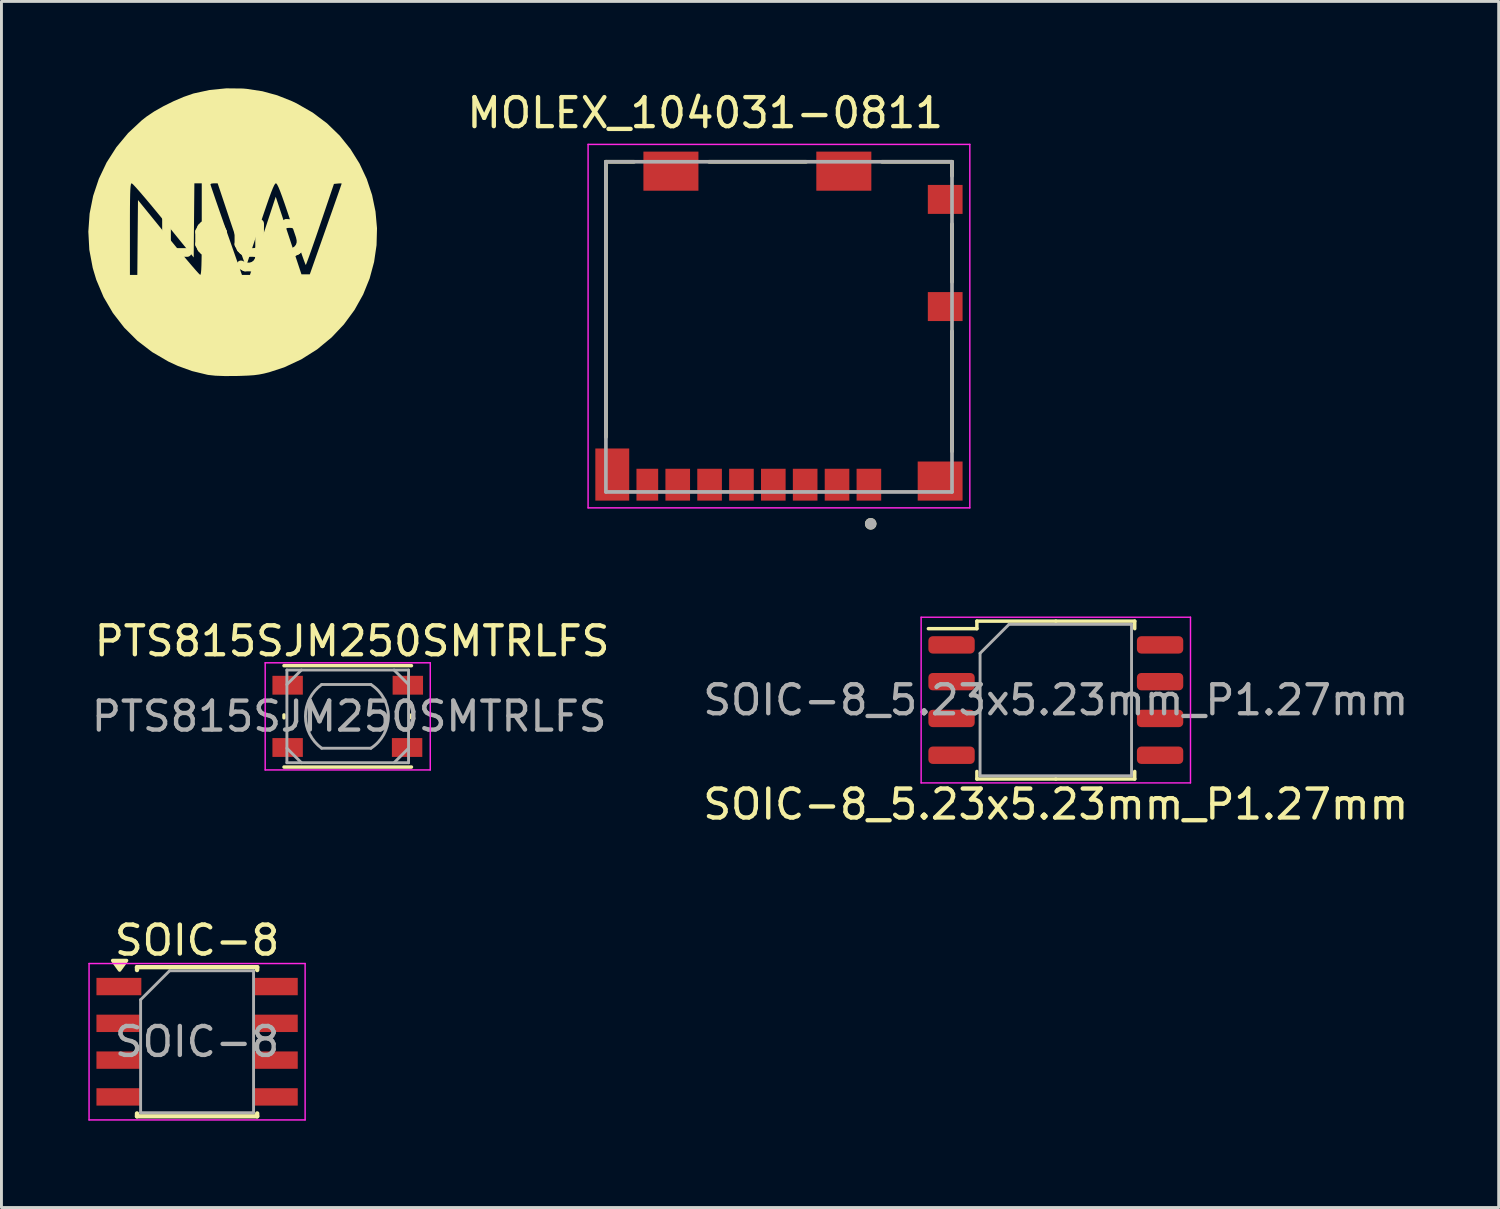
<source format=kicad_pcb>
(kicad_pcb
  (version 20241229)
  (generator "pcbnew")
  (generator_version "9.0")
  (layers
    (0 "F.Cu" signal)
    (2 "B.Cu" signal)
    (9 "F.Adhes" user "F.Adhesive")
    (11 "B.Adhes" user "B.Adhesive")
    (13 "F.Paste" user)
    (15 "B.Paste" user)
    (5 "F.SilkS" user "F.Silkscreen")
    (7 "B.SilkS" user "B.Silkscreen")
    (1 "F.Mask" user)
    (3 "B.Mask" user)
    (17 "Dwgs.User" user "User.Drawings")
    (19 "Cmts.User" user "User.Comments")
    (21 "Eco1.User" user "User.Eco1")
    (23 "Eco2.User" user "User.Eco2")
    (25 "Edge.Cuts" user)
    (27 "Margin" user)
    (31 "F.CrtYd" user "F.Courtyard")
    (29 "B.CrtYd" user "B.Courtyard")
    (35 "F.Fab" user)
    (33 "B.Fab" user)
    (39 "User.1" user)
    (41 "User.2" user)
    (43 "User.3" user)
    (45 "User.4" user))
  (footprint "SOIC-8_5.23x5.23mm_P1.27mm"
    (layer "F.Cu")
    (at 33.404 21.121)
    (property "Reference" "SOIC-8_5.23x5.23mm_P1.27mm" (at 0 3.6 0) (unlocked yes) (layer "F.SilkS") (effects (font (size 1 1) (thickness 0.15))))
    (attr smd)
    (fp_line (start -2.725 -2.725) (end -2.725 -2.465) (stroke (width 0.12) (type solid)) (layer "F.SilkS"))
    (fp_line (start -2.725 -2.465) (end -4.4 -2.465) (stroke (width 0.12) (type solid)) (layer "F.SilkS"))
    (fp_line (start -2.725 2.725) (end -2.725 2.465) (stroke (width 0.12) (type solid)) (layer "F.SilkS"))
    (fp_line (start 0 -2.725) (end -2.725 -2.725) (stroke (width 0.12) (type solid)) (layer "F.SilkS"))
    (fp_line (start 0 -2.725) (end 2.725 -2.725) (stroke (width 0.12) (type solid)) (layer "F.SilkS"))
    (fp_line (start 0 2.725) (end -2.725 2.725) (stroke (width 0.12) (type solid)) (layer "F.SilkS"))
    (fp_line (start 0 2.725) (end 2.725 2.725) (stroke (width 0.12) (type solid)) (layer "F.SilkS"))
    (fp_line (start 2.725 -2.725) (end 2.725 -2.465) (stroke (width 0.12) (type solid)) (layer "F.SilkS"))
    (fp_line (start 2.725 2.725) (end 2.725 2.465) (stroke (width 0.12) (type solid)) (layer "F.SilkS"))
    (fp_line (start -4.65 -2.86) (end -4.65 2.86) (stroke (width 0.05) (type solid)) (layer "F.CrtYd"))
    (fp_line (start -4.65 2.86) (end 4.65 2.86) (stroke (width 0.05) (type solid)) (layer "F.CrtYd"))
    (fp_line (start 4.65 -2.86) (end -4.65 -2.86) (stroke (width 0.05) (type solid)) (layer "F.CrtYd"))
    (fp_line (start 4.65 2.86) (end 4.65 -2.86) (stroke (width 0.05) (type solid)) (layer "F.CrtYd"))
    (fp_line (start -2.615 -1.615) (end -1.615 -2.615) (stroke (width 0.1) (type solid)) (layer "F.Fab"))
    (fp_line (start -2.615 2.615) (end -2.615 -1.615) (stroke (width 0.1) (type solid)) (layer "F.Fab"))
    (fp_line (start -1.615 -2.615) (end 2.615 -2.615) (stroke (width 0.1) (type solid)) (layer "F.Fab"))
    (fp_line (start 2.615 -2.615) (end 2.615 2.615) (stroke (width 0.1) (type solid)) (layer "F.Fab"))
    (fp_line (start 2.615 2.615) (end -2.615 2.615) (stroke (width 0.1) (type solid)) (layer "F.Fab"))
    (fp_text user "${REFERENCE}" (at 0 0 0) (unlocked yes) (layer "F.Fab") (effects (font (size 1 1) (thickness 0.15))))
    (pad "1" smd roundrect (at -3.6 -1.905) (size 1.6 0.6) (layers "F.Cu" "F.Mask" "F.Paste") (roundrect_rratio 0.25))
    (pad "2" smd roundrect (at -3.6 -0.635) (size 1.6 0.6) (layers "F.Cu" "F.Mask" "F.Paste") (roundrect_rratio 0.25))
    (pad "3" smd roundrect (at -3.6 0.635) (size 1.6 0.6) (layers "F.Cu" "F.Mask" "F.Paste") (roundrect_rratio 0.25))
    (pad "4" smd roundrect (at -3.6 1.905) (size 1.6 0.6) (layers "F.Cu" "F.Mask" "F.Paste") (roundrect_rratio 0.25))
    (pad "5" smd roundrect (at 3.6 1.905) (size 1.6 0.6) (layers "F.Cu" "F.Mask" "F.Paste") (roundrect_rratio 0.25))
    (pad "6" smd roundrect (at 3.6 0.635) (size 1.6 0.6) (layers "F.Cu" "F.Mask" "F.Paste") (roundrect_rratio 0.25))
    (pad "7" smd roundrect (at 3.6 -0.635) (size 1.6 0.6) (layers "F.Cu" "F.Mask" "F.Paste") (roundrect_rratio 0.25))
    (pad "8" smd roundrect (at 3.6 -1.905) (size 1.6 0.6) (layers "F.Cu" "F.Mask" "F.Paste") (roundrect_rratio 0.25)))
  (footprint "MOLEX_104031-0811"
    (layer "F.Cu")
    (at 23.845 8.235)
    (property "Reference" "MOLEX_104031-0811" (at -2.545 -7.386 0) (layer "F.SilkS") (effects (font (size 1.002 1.002) (thickness 0.15))))
    (attr smd)
    (fp_line (start -5.975 -5.7) (end -5.975 3.806) (stroke (width 0.127) (type solid)) (layer "F.SilkS"))
    (fp_line (start -5.003 -5.7) (end -5.975 -5.7) (stroke (width 0.127) (type solid)) (layer "F.SilkS"))
    (fp_line (start 0.939 -5.7) (end -2.413 -5.7) (stroke (width 0.127) (type solid)) (layer "F.SilkS"))
    (fp_line (start 3.556 -5.7) (end 5.975 -5.7) (stroke (width 0.127) (type solid)) (layer "F.SilkS"))
    (fp_line (start 5.975 -5.7) (end 5.975 -5.211) (stroke (width 0.127) (type solid)) (layer "F.SilkS"))
    (fp_line (start 5.975 -3.55) (end 5.975 -1.55) (stroke (width 0.127) (type solid)) (layer "F.SilkS"))
    (fp_line (start 5.975 0.15) (end 5.975 4.3) (stroke (width 0.127) (type solid)) (layer "F.SilkS"))
    (fp_circle (center 3.168 6.801) (end 3.268 6.801) (stroke (width 0.2) (type solid)) (fill no) (layer "F.SilkS"))
    (fp_line (start -6.59 -6.3) (end -6.59 6.25) (stroke (width 0.05) (type solid)) (layer "F.CrtYd"))
    (fp_line (start -6.59 6.25) (end 6.59 6.25) (stroke (width 0.05) (type solid)) (layer "F.CrtYd"))
    (fp_line (start 6.59 -6.3) (end -6.59 -6.3) (stroke (width 0.05) (type solid)) (layer "F.CrtYd"))
    (fp_line (start 6.59 6.25) (end 6.59 -6.3) (stroke (width 0.05) (type solid)) (layer "F.CrtYd"))
    (fp_line (start -5.975 -5.7) (end 5.975 -5.7) (stroke (width 0.127) (type solid)) (layer "F.Fab"))
    (fp_line (start -5.975 5.7) (end -5.975 -5.7) (stroke (width 0.127) (type solid)) (layer "F.Fab"))
    (fp_line (start 5.975 -5.7) (end 5.975 5.7) (stroke (width 0.127) (type solid)) (layer "F.Fab"))
    (fp_line (start 5.975 5.7) (end -5.975 5.7) (stroke (width 0.127) (type solid)) (layer "F.Fab"))
    (fp_circle (center 3.168 6.801) (end 3.268 6.801) (stroke (width 0.2) (type solid)) (fill no) (layer "F.Fab"))
    (pad "1" smd rect (at 3.105 5.45) (size 0.85 1.1) (layers "F.Cu" "F.Mask" "F.Paste"))
    (pad "2" smd rect (at 2.005 5.45) (size 0.85 1.1) (layers "F.Cu" "F.Mask" "F.Paste"))
    (pad "3" smd rect (at 0.905 5.45) (size 0.85 1.1) (layers "F.Cu" "F.Mask" "F.Paste"))
    (pad "4" smd rect (at -0.195 5.45) (size 0.85 1.1) (layers "F.Cu" "F.Mask" "F.Paste"))
    (pad "5" smd rect (at -1.295 5.45) (size 0.85 1.1) (layers "F.Cu" "F.Mask" "F.Paste"))
    (pad "6" smd rect (at -2.395 5.45) (size 0.85 1.1) (layers "F.Cu" "F.Mask" "F.Paste"))
    (pad "7" smd rect (at -3.495 5.45) (size 0.85 1.1) (layers "F.Cu" "F.Mask" "F.Paste"))
    (pad "8" smd rect (at -4.545 5.45) (size 0.75 1.1) (layers "F.Cu" "F.Mask" "F.Paste"))
    (pad "9" smd rect (at 5.74 -0.7) (size 1.2 1) (layers "F.Cu" "F.Mask" "F.Paste"))
    (pad "10" smd rect (at 5.74 -4.4) (size 1.2 1) (layers "F.Cu" "F.Mask" "F.Paste"))
    (pad "11" smd rect (at -5.755 5.1) (size 1.17 1.8) (layers "F.Cu" "F.Mask" "F.Paste"))
    (pad "11" smd rect (at -3.73 -5.375) (size 1.9 1.35) (layers "F.Cu" "F.Mask" "F.Paste"))
    (pad "11" smd rect (at 2.24 -5.375) (size 1.9 1.35) (layers "F.Cu" "F.Mask" "F.Paste"))
    (pad "11" smd rect (at 5.565 5.325) (size 1.55 1.35) (layers "F.Cu" "F.Mask" "F.Paste")))
  (footprint "Logo"
    (layer "F.Cu")
    (at 4.985 4.989)
    (property "Reference" "Logo" (at 0 0 0) (layer "F.SilkS") (effects (font (size 1.5 1.5) (thickness 0.3))))
    (attr board_only exclude_from_pos_files exclude_from_bom)
    (fp_poly (pts (xy 0.349 -4.983) (xy 0.481 -4.971) (xy 1.024 -4.889) (xy 1.536 -4.749) (xy 2.048 -4.545) (xy 2.202 -4.472) (xy 2.759 -4.153) (xy 3.256 -3.78) (xy 3.693 -3.357) (xy 4.067 -2.891) (xy 4.379 -2.39) (xy 4.628 -1.859) (xy 4.812 -1.306) (xy 4.93 -0.736) (xy 4.982 -0.156) (xy 4.966 0.427) (xy 4.881 1.007) (xy 4.727 1.577) (xy 4.503 2.131) (xy 4.206 2.662) (xy 3.838 3.163) (xy 3.418 3.608) (xy 2.915 4.024) (xy 2.366 4.37) (xy 1.778 4.644) (xy 1.261 4.813) (xy 1.078 4.859) (xy 0.91 4.892) (xy 0.735 4.915) (xy 0.531 4.929) (xy 0.274 4.939) (xy 0.128 4.943) (xy -0.275 4.945) (xy -0.597 4.933) (xy -0.839 4.907) (xy -0.877 4.9) (xy -1.403 4.773) (xy -1.895 4.595) (xy -2.218 4.446) (xy -2.783 4.116) (xy -3.295 3.723) (xy -3.747 3.272) (xy -4.137 2.768) (xy -4.459 2.217) (xy -4.71 1.623) (xy -4.833 1.214) (xy -4.951 0.587) (xy -4.985 -0.041) (xy -4.979 -0.128) (xy -3.549 -0.128) (xy -3.549 1.454) (xy -3.422 1.454) (xy -3.294 1.454) (xy -3.283 0.161) (xy -3.271 -1.132) (xy -2.224 0.158) (xy -1.99 0.444) (xy -1.772 0.708) (xy -1.575 0.943) (xy -1.406 1.142) (xy -1.271 1.297) (xy -1.176 1.402) (xy -1.127 1.449) (xy -1.122 1.451) (xy -1.108 1.434) (xy -1.096 1.378) (xy -1.087 1.276) (xy -1.08 1.12) (xy -1.075 0.906) (xy -1.071 0.625) (xy -1.07 0.271) (xy -1.069 -0.128) (xy -1.069 -1.678) (xy -0.77 -1.678) (xy -0.757 -1.632) (xy -0.718 -1.514) (xy -0.656 -1.334) (xy -0.576 -1.099) (xy -0.479 -0.82) (xy -0.369 -0.505) (xy -0.249 -0.163) (xy -0.226 -0.096) (xy 0.319 1.454) (xy 0.457 1.454) (xy 0.595 1.454) (xy 1.04 0.104) (xy 1.485 -1.246) (xy 1.929 0.093) (xy 2.373 1.432) (xy 2.517 1.432) (xy 2.662 1.432) (xy 3.212 -0.128) (xy 3.334 -0.475) (xy 3.447 -0.795) (xy 3.547 -1.081) (xy 3.632 -1.323) (xy 3.698 -1.513) (xy 3.742 -1.641) (xy 3.762 -1.7) (xy 3.763 -1.702) (xy 3.726 -1.708) (xy 3.636 -1.703) (xy 3.629 -1.702) (xy 3.495 -1.689) (xy 3.02 -0.289) (xy 2.908 0.039) (xy 2.804 0.339) (xy 2.712 0.603) (xy 2.634 0.822) (xy 2.574 0.985) (xy 2.536 1.084) (xy 2.522 1.111) (xy 2.504 1.072) (xy 2.462 0.961) (xy 2.4 0.788) (xy 2.321 0.56) (xy 2.229 0.288) (xy 2.125 -0.018) (xy 2.031 -0.299) (xy 1.9 -0.692) (xy 1.792 -1.009) (xy 1.704 -1.258) (xy 1.634 -1.445) (xy 1.58 -1.577) (xy 1.538 -1.661) (xy 1.507 -1.703) (xy 1.49 -1.71) (xy 1.465 -1.694) (xy 1.431 -1.64) (xy 1.386 -1.543) (xy 1.327 -1.396) (xy 1.252 -1.191) (xy 1.159 -0.923) (xy 1.044 -0.586) (xy 0.938 -0.271) (xy 0.458 1.169) (xy 0.358 0.895) (xy 0.318 0.782) (xy 0.256 0.601) (xy 0.176 0.366) (xy 0.083 0.091) (xy -0.019 -0.211) (xy -0.125 -0.526) (xy -0.131 -0.545) (xy -0.52 -1.71) (xy -0.645 -1.71) (xy -0.734 -1.701) (xy -0.77 -1.678) (xy -1.069 -1.678) (xy -1.069 -1.71) (xy -1.197 -1.71) (xy -1.324 -1.71) (xy -1.336 -0.43) (xy -1.347 0.85) (xy -2.386 -0.43) (xy -2.619 -0.715) (xy -2.837 -0.978) (xy -3.034 -1.212) (xy -3.203 -1.409) (xy -3.338 -1.562) (xy -3.434 -1.665) (xy -3.484 -1.709) (xy -3.487 -1.71) (xy -3.504 -1.7) (xy -3.517 -1.665) (xy -3.527 -1.597) (xy -3.535 -1.488) (xy -3.541 -1.331) (xy -3.545 -1.118) (xy -3.548 -0.841) (xy -3.549 -0.493) (xy -3.549 -0.128) (xy -4.979 -0.128) (xy -4.941 -0.665) (xy -4.819 -1.275) (xy -4.622 -1.866) (xy -4.354 -2.429) (xy -4.016 -2.958) (xy -3.612 -3.444) (xy -3.144 -3.881) (xy -2.972 -4.016) (xy -2.708 -4.193) (xy -2.388 -4.374) (xy -2.041 -4.545) (xy -1.695 -4.693) (xy -1.377 -4.804) (xy -1.347 -4.813) (xy -0.8 -4.932) (xy -0.223 -4.989)) (stroke (width 0) (type solid)) (fill yes) (layer "F.SilkS")))
  (footprint "SOIC-8"
    (layer "F.Cu")
    (at 3.755 32.918)
    (property "Reference" "SOIC-8" (at 0 -3.5 0) (layer "F.SilkS") (effects (font (size 1 1) (thickness 0.15))))
    (attr smd)
    (fp_line (start -2.075 -2.575) (end -2.075 -2.475) (stroke (width 0.15) (type solid)) (layer "F.SilkS"))
    (fp_line (start -2.075 -2.575) (end 2.075 -2.575) (stroke (width 0.15) (type solid)) (layer "F.SilkS"))
    (fp_line (start -2.075 2.475) (end -2.075 2.575) (stroke (width 0.15) (type solid)) (layer "F.SilkS"))
    (fp_line (start -2.075 2.575) (end 2.075 2.575) (stroke (width 0.15) (type solid)) (layer "F.SilkS"))
    (fp_line (start 2.075 -2.575) (end 2.075 -2.475) (stroke (width 0.15) (type solid)) (layer "F.SilkS"))
    (fp_line (start 2.075 2.575) (end 2.075 2.475) (stroke (width 0.15) (type solid)) (layer "F.SilkS"))
    (fp_poly (pts (xy -2.675 -2.475) (xy -2.915 -2.805) (xy -2.435 -2.805) (xy -2.675 -2.475)) (stroke (width 0.12) (type solid)) (fill yes) (layer "F.SilkS"))
    (fp_line (start -3.73 -2.7) (end -3.73 2.7) (stroke (width 0.05) (type solid)) (layer "F.CrtYd"))
    (fp_line (start -3.73 -2.7) (end 3.73 -2.7) (stroke (width 0.05) (type solid)) (layer "F.CrtYd"))
    (fp_line (start -3.73 2.7) (end 3.73 2.7) (stroke (width 0.05) (type solid)) (layer "F.CrtYd"))
    (fp_line (start 3.73 -2.7) (end 3.73 2.7) (stroke (width 0.05) (type solid)) (layer "F.CrtYd"))
    (fp_line (start -1.95 -1.45) (end -0.95 -2.45) (stroke (width 0.1) (type solid)) (layer "F.Fab"))
    (fp_line (start -1.95 2.45) (end -1.95 -1.45) (stroke (width 0.1) (type solid)) (layer "F.Fab"))
    (fp_line (start -0.95 -2.45) (end 1.95 -2.45) (stroke (width 0.1) (type solid)) (layer "F.Fab"))
    (fp_line (start 1.95 -2.45) (end 1.95 2.45) (stroke (width 0.1) (type solid)) (layer "F.Fab"))
    (fp_line (start 1.95 2.45) (end -1.95 2.45) (stroke (width 0.1) (type solid)) (layer "F.Fab"))
    (fp_text user "${REFERENCE}" (at 0 0 0) (layer "F.Fab") (effects (font (size 1 1) (thickness 0.15))))
    (pad "1" smd rect (at -2.7 -1.905) (size 1.55 0.6) (layers "F.Cu" "F.Mask" "F.Paste"))
    (pad "2" smd rect (at -2.7 -0.635) (size 1.55 0.6) (layers "F.Cu" "F.Mask" "F.Paste"))
    (pad "3" smd rect (at -2.7 0.635) (size 1.55 0.6) (layers "F.Cu" "F.Mask" "F.Paste"))
    (pad "4" smd rect (at -2.7 1.905) (size 1.55 0.6) (layers "F.Cu" "F.Mask" "F.Paste"))
    (pad "5" smd rect (at 2.7 1.905) (size 1.55 0.6) (layers "F.Cu" "F.Mask" "F.Paste"))
    (pad "6" smd rect (at 2.7 0.635) (size 1.55 0.6) (layers "F.Cu" "F.Mask" "F.Paste"))
    (pad "7" smd rect (at 2.7 -0.635) (size 1.55 0.6) (layers "F.Cu" "F.Mask" "F.Paste"))
    (pad "8" smd rect (at 2.7 -1.905) (size 1.55 0.6) (layers "F.Cu" "F.Mask" "F.Paste")))
  (footprint "PTS815SJM250SMTRLFS"
    (layer "F.Cu")
    (at 8.956 21.684)
    (property "Reference" "PTS815SJM250SMTRLFS" (at 0.15 -2.6 0) (layer "F.SilkS") (effects (font (size 1 1) (thickness 0.15))))
    (attr smd)
    (fp_line (start -2.2 0.05) (end -2.2 -0.05) (stroke (width 0.12) (type solid)) (layer "F.SilkS"))
    (fp_line (start -2.2 1.75) (end 2.2 1.75) (stroke (width 0.12) (type solid)) (layer "F.SilkS"))
    (fp_line (start 2.2 -1.75) (end -2.2 -1.75) (stroke (width 0.12) (type solid)) (layer "F.SilkS"))
    (fp_line (start 2.2 0.05) (end 2.2 -0.05) (stroke (width 0.12) (type solid)) (layer "F.SilkS"))
    (fp_line (start -2.85 -1.85) (end 2.85 -1.85) (stroke (width 0.05) (type solid)) (layer "F.CrtYd"))
    (fp_line (start -2.85 1.85) (end -2.85 -1.85) (stroke (width 0.05) (type solid)) (layer "F.CrtYd"))
    (fp_line (start 2.85 -1.85) (end 2.85 1.85) (stroke (width 0.05) (type solid)) (layer "F.CrtYd"))
    (fp_line (start 2.85 1.85) (end -2.85 1.85) (stroke (width 0.05) (type solid)) (layer "F.CrtYd"))
    (fp_line (start -2.1 -1.6) (end 2.1 -1.6) (stroke (width 0.1) (type solid)) (layer "F.Fab"))
    (fp_line (start -2.1 -1.1) (end -1.6 -1.6) (stroke (width 0.1) (type solid)) (layer "F.Fab"))
    (fp_line (start -2.1 1.1) (end -1.6 1.6) (stroke (width 0.1) (type solid)) (layer "F.Fab"))
    (fp_line (start -2.1 1.6) (end -2.1 -1.6) (stroke (width 0.1) (type solid)) (layer "F.Fab"))
    (fp_line (start -0.9 -1.1) (end 0.8 -1.1) (stroke (width 0.1) (type solid)) (layer "F.Fab"))
    (fp_line (start 0.8 1.1) (end -0.9 1.1) (stroke (width 0.1) (type solid)) (layer "F.Fab"))
    (fp_line (start 1.6 -1.6) (end 2.1 -1.1) (stroke (width 0.1) (type solid)) (layer "F.Fab"))
    (fp_line (start 1.6 1.6) (end 2.1 1.1) (stroke (width 0.1) (type solid)) (layer "F.Fab"))
    (fp_line (start 2.1 -1.6) (end 2.1 1.6) (stroke (width 0.1) (type solid)) (layer "F.Fab"))
    (fp_line (start 2.1 1.6) (end -2.1 1.6) (stroke (width 0.1) (type solid)) (layer "F.Fab"))
    (fp_arc (start -0.9 1.099999) (mid -1.460147 0) (end -0.9 -1.099999) (stroke (width 0.1) (type solid)) (layer "F.Fab"))
    (fp_arc (start 0.8 -1.099999) (mid 1.40384 0) (end 0.799999 1.099999) (stroke (width 0.1) (type solid)) (layer "F.Fab"))
    (fp_text user "${REFERENCE}" (at 0.05 0 0) (layer "F.Fab") (effects (font (size 1 1) (thickness 0.15))))
    (pad "1" smd rect (at -2.075 -1.075) (size 1.05 0.65) (layers "F.Cu" "F.Mask" "F.Paste"))
    (pad "1" smd rect (at 2.075 -1.075) (size 1.05 0.65) (layers "F.Cu" "F.Mask" "F.Paste"))
    (pad "2" smd rect (at -2.075 1.075) (size 1.05 0.65) (layers "F.Cu" "F.Mask" "F.Paste"))
    (pad "2" smd rect (at 2.05 1.075) (size 1.05 0.65) (layers "F.Cu" "F.Mask" "F.Paste")))
  (gr_rect
    (start -3 -3)
    (end 48.695 38.643)
    (stroke (width 0.1) (type default))
    (fill no)
    (layer "Edge.Cuts")))
</source>
